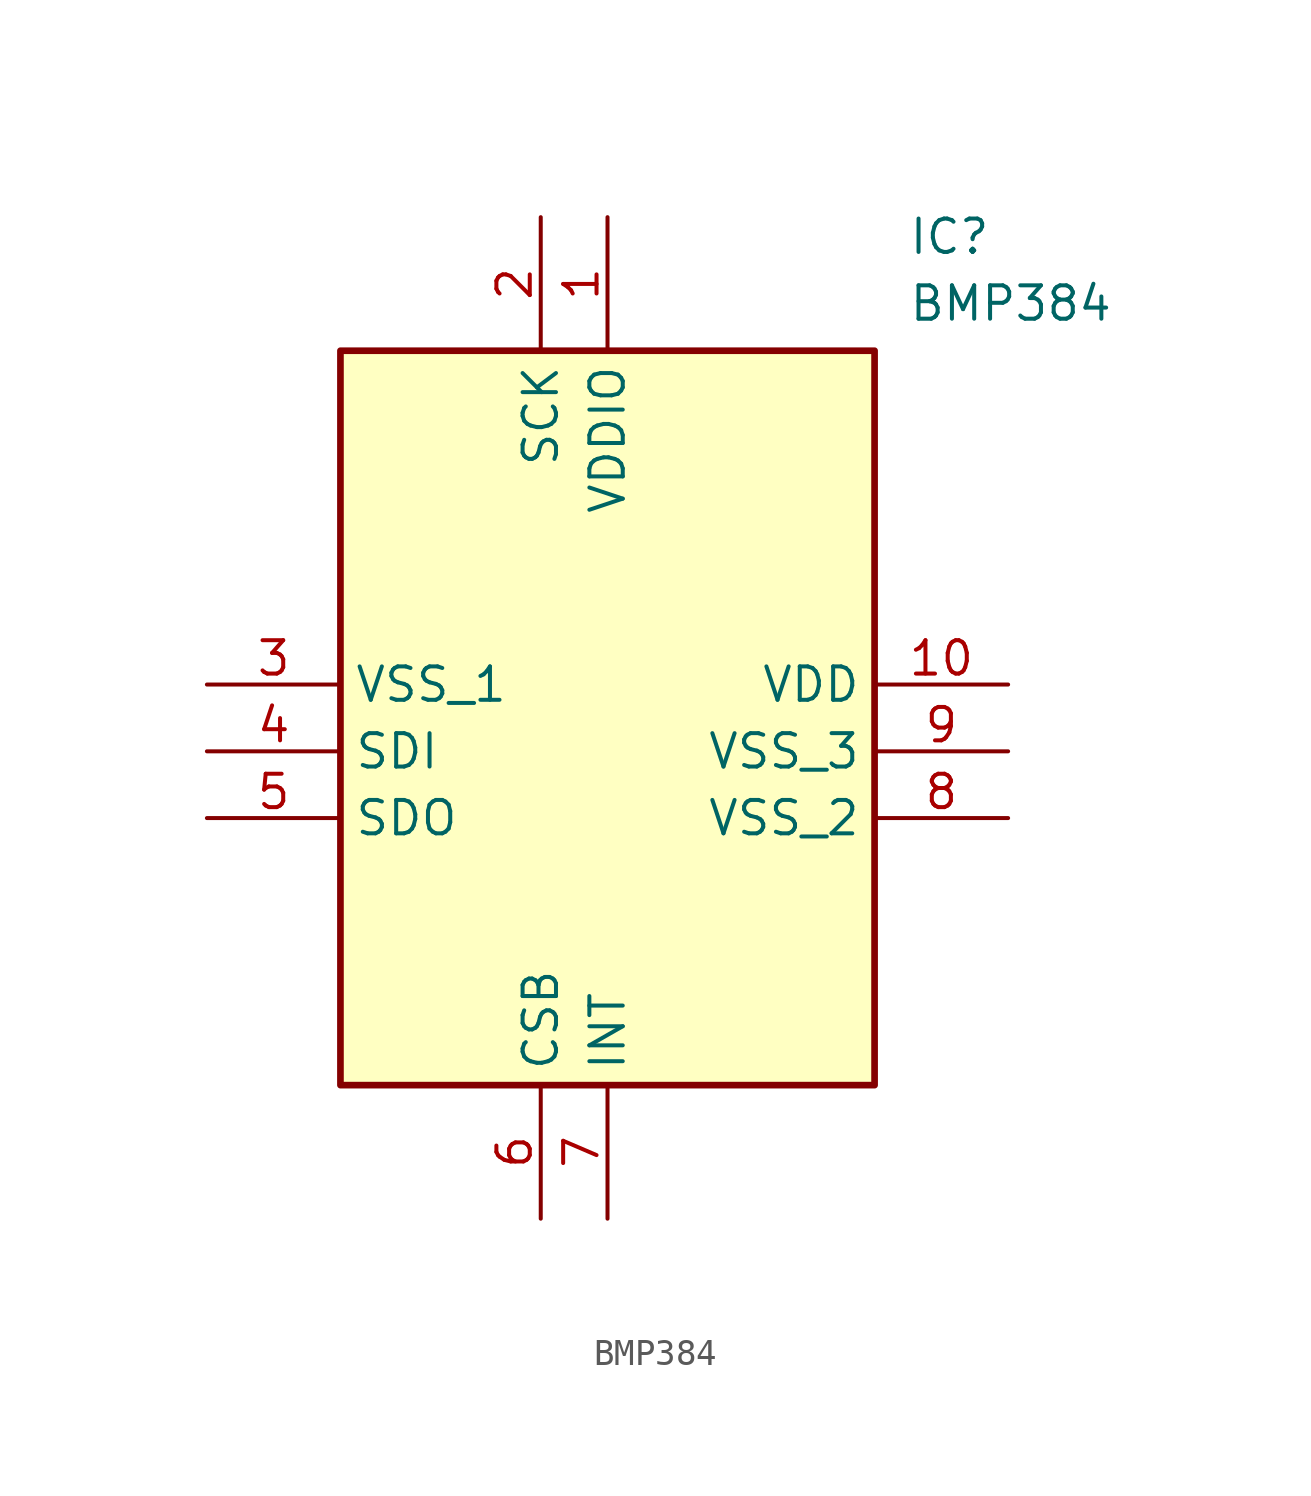
<source format=kicad_sym>
(kicad_symbol_lib
  (version 20241209)
  (generator "kicad_symbol_editor")
  (generator_version "9.0")
  (symbol "BMP384"
    (property "Reference" "IC"
      (at 26.67 17.78 0)
      (effects (font (size 1.27 1.27)) (justify left top)))
    (property "Value" "BMP384"
      (at 26.67 15.24 0)
      (effects (font (size 1.27 1.27)) (justify left top)))
    (symbol "BMP384_1_1"
      (rectangle (start 5.08 12.7) (end 25.4 -15.24) (stroke (width 0.254) (type default)) (fill (type background)))
      (pin passive line (at 0 0 0) (length 5.08) (name "VSS_1" (effects (font (size 1.27 1.27)))) (number "3" (effects (font (size 1.27 1.27)))))
      (pin passive line (at 0 -2.54 0) (length 5.08) (name "SDI" (effects (font (size 1.27 1.27)))) (number "4" (effects (font (size 1.27 1.27)))))
      (pin passive line (at 0 -5.08 0) (length 5.08) (name "SDO" (effects (font (size 1.27 1.27)))) (number "5" (effects (font (size 1.27 1.27)))))
      (pin passive line (at 12.7 17.78 270) (length 5.08) (name "SCK" (effects (font (size 1.27 1.27)))) (number "2" (effects (font (size 1.27 1.27)))))
      (pin passive line (at 12.7 -20.32 90) (length 5.08) (name "CSB" (effects (font (size 1.27 1.27)))) (number "6" (effects (font (size 1.27 1.27)))))
      (pin passive line (at 15.24 17.78 270) (length 5.08) (name "VDDIO" (effects (font (size 1.27 1.27)))) (number "1" (effects (font (size 1.27 1.27)))))
      (pin passive line (at 15.24 -20.32 90) (length 5.08) (name "INT" (effects (font (size 1.27 1.27)))) (number "7" (effects (font (size 1.27 1.27)))))
      (pin passive line (at 30.48 0 180) (length 5.08) (name "VDD" (effects (font (size 1.27 1.27)))) (number "10" (effects (font (size 1.27 1.27)))))
      (pin passive line (at 30.48 -2.54 180) (length 5.08) (name "VSS_3" (effects (font (size 1.27 1.27)))) (number "9" (effects (font (size 1.27 1.27)))))
      (pin passive line (at 30.48 -5.08 180) (length 5.08) (name "VSS_2" (effects (font (size 1.27 1.27)))) (number "8" (effects (font (size 1.27 1.27))))))))
</source>
